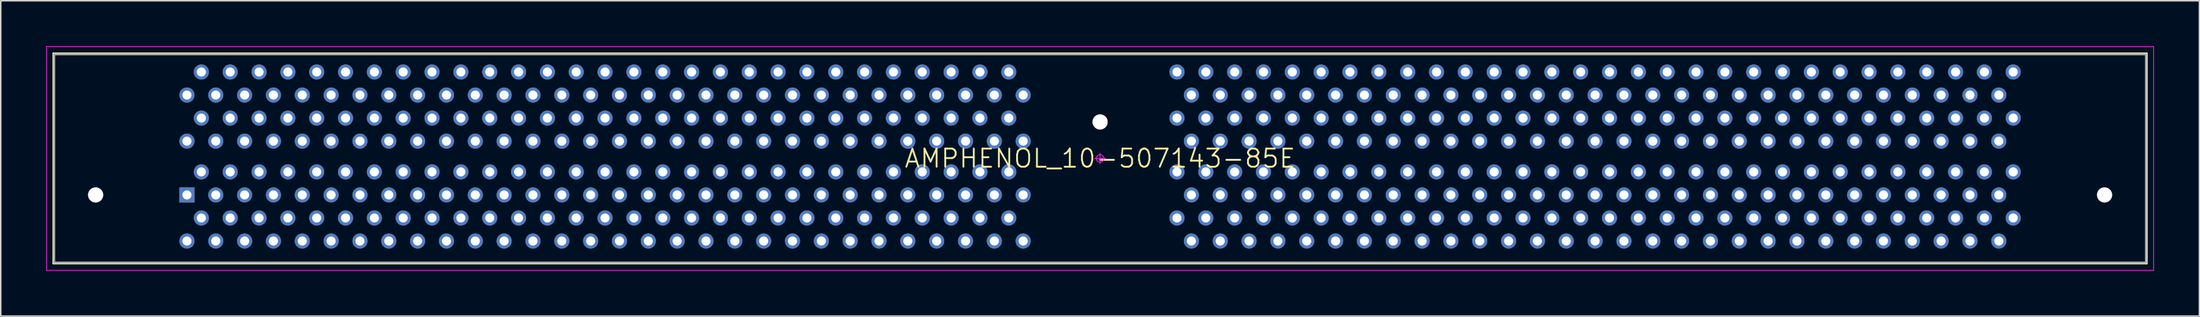
<source format=kicad_pcb>
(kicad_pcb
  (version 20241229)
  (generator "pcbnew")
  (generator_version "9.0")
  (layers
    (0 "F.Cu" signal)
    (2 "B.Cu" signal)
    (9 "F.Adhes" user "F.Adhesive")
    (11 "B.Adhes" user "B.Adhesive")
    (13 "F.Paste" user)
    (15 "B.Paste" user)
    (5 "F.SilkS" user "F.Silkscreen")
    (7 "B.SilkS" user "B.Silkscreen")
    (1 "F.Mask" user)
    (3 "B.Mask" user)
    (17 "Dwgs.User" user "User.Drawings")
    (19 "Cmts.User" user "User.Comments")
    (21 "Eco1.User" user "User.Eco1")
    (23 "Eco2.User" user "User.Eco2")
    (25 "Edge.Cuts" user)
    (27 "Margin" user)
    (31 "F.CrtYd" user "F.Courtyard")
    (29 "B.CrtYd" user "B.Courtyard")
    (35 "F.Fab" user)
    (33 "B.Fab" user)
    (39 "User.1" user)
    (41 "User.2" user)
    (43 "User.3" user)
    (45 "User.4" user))
  (footprint "AMPHENOL_10-507143-85E"
    (layer "F.Cu")
    (at 69.625 7.425)
    (property "Reference" "AMPHENOL_10-507143-85E" (at 0 0 0) (layer "F.SilkS") (effects (font (size 1.2 1.2) (thickness 0.12))))
    (attr through_hole)
    (fp_line (start -69.148 -6.944) (end 69.148 -6.944) (stroke (width 0.12) (type solid)) (layer "F.SilkS"))
    (fp_line (start -69.148 6.944) (end -69.148 -6.944) (stroke (width 0.12) (type solid)) (layer "F.SilkS"))
    (fp_line (start 69.148 -6.944) (end 69.148 6.944) (stroke (width 0.12) (type solid)) (layer "F.SilkS"))
    (fp_line (start 69.148 6.944) (end -69.148 6.944) (stroke (width 0.12) (type solid)) (layer "F.SilkS"))
    (fp_line (start -69.6 -7.4) (end 69.6 -7.4) (stroke (width 0.05) (type solid)) (layer "F.CrtYd"))
    (fp_line (start -69.6 7.4) (end -69.6 -7.4) (stroke (width 0.05) (type solid)) (layer "F.CrtYd"))
    (fp_line (start 0 -0.35) (end 0 0.35) (stroke (width 0.05) (type solid)) (layer "F.CrtYd"))
    (fp_line (start 0.35 0) (end -0.35 0) (stroke (width 0.05) (type solid)) (layer "F.CrtYd"))
    (fp_line (start 69.6 -7.4) (end 69.6 7.4) (stroke (width 0.05) (type solid)) (layer "F.CrtYd"))
    (fp_line (start 69.6 7.4) (end -69.6 7.4) (stroke (width 0.05) (type solid)) (layer "F.CrtYd"))
    (fp_circle (center 0 0) (end 0 0.25) (stroke (width 0.05) (type solid)) (fill no) (layer "F.CrtYd"))
    (fp_line (start -69.09 -6.88) (end 69.09 -6.88) (stroke (width 0.12) (type solid)) (layer "F.Fab"))
    (fp_line (start -69.09 6.88) (end -69.09 -6.88) (stroke (width 0.12) (type solid)) (layer "F.Fab"))
    (fp_line (start 69.09 -6.88) (end 69.09 6.88) (stroke (width 0.12) (type solid)) (layer "F.Fab"))
    (fp_line (start 69.09 6.88) (end -69.09 6.88) (stroke (width 0.12) (type solid)) (layer "F.Fab"))
    (pad "1" thru_hole rect (at -60.325 2.413) (size 1 1) (drill 0.6) (layers "*.Cu" "*.Mask"))
    (pad "2" thru_hole circle (at -60.325 5.461) (size 1 1) (drill 0.6) (layers "*.Cu" "*.Mask"))
    (pad "3" thru_hole circle (at -59.373 0.889) (size 1 1) (drill 0.6) (layers "*.Cu" "*.Mask"))
    (pad "4" thru_hole circle (at -59.373 3.937) (size 1 1) (drill 0.6) (layers "*.Cu" "*.Mask"))
    (pad "5" thru_hole circle (at -58.42 2.413) (size 1 1) (drill 0.6) (layers "*.Cu" "*.Mask"))
    (pad "6" thru_hole circle (at -58.42 5.461) (size 1 1) (drill 0.6) (layers "*.Cu" "*.Mask"))
    (pad "7" thru_hole circle (at -57.468 0.889) (size 1 1) (drill 0.6) (layers "*.Cu" "*.Mask"))
    (pad "8" thru_hole circle (at -57.468 3.937) (size 1 1) (drill 0.6) (layers "*.Cu" "*.Mask"))
    (pad "9" thru_hole circle (at -56.515 2.413) (size 1 1) (drill 0.6) (layers "*.Cu" "*.Mask"))
    (pad "10" thru_hole circle (at -56.515 5.461) (size 1 1) (drill 0.6) (layers "*.Cu" "*.Mask"))
    (pad "11" thru_hole circle (at -55.562 0.889) (size 1 1) (drill 0.6) (layers "*.Cu" "*.Mask"))
    (pad "12" thru_hole circle (at -55.562 3.937) (size 1 1) (drill 0.6) (layers "*.Cu" "*.Mask"))
    (pad "13" thru_hole circle (at -54.61 2.413) (size 1 1) (drill 0.6) (layers "*.Cu" "*.Mask"))
    (pad "14" thru_hole circle (at -54.61 5.461) (size 1 1) (drill 0.6) (layers "*.Cu" "*.Mask"))
    (pad "15" thru_hole circle (at -53.657 0.889) (size 1 1) (drill 0.6) (layers "*.Cu" "*.Mask"))
    (pad "16" thru_hole circle (at -53.657 3.937) (size 1 1) (drill 0.6) (layers "*.Cu" "*.Mask"))
    (pad "17" thru_hole circle (at -52.705 2.413) (size 1 1) (drill 0.6) (layers "*.Cu" "*.Mask"))
    (pad "18" thru_hole circle (at -52.705 5.461) (size 1 1) (drill 0.6) (layers "*.Cu" "*.Mask"))
    (pad "19" thru_hole circle (at -51.752 0.889) (size 1 1) (drill 0.6) (layers "*.Cu" "*.Mask"))
    (pad "20" thru_hole circle (at -51.752 3.937) (size 1 1) (drill 0.6) (layers "*.Cu" "*.Mask"))
    (pad "21" thru_hole circle (at -50.8 2.413) (size 1 1) (drill 0.6) (layers "*.Cu" "*.Mask"))
    (pad "22" thru_hole circle (at -50.8 5.461) (size 1 1) (drill 0.6) (layers "*.Cu" "*.Mask"))
    (pad "23" thru_hole circle (at -49.847 0.889) (size 1 1) (drill 0.6) (layers "*.Cu" "*.Mask"))
    (pad "24" thru_hole circle (at -49.847 3.937) (size 1 1) (drill 0.6) (layers "*.Cu" "*.Mask"))
    (pad "25" thru_hole circle (at -48.895 2.413) (size 1 1) (drill 0.6) (layers "*.Cu" "*.Mask"))
    (pad "26" thru_hole circle (at -48.895 5.461) (size 1 1) (drill 0.6) (layers "*.Cu" "*.Mask"))
    (pad "27" thru_hole circle (at -47.943 0.889) (size 1 1) (drill 0.6) (layers "*.Cu" "*.Mask"))
    (pad "28" thru_hole circle (at -47.943 3.937) (size 1 1) (drill 0.6) (layers "*.Cu" "*.Mask"))
    (pad "29" thru_hole circle (at -46.99 2.413) (size 1 1) (drill 0.6) (layers "*.Cu" "*.Mask"))
    (pad "30" thru_hole circle (at -46.99 5.461) (size 1 1) (drill 0.6) (layers "*.Cu" "*.Mask"))
    (pad "31" thru_hole circle (at -46.038 0.889) (size 1 1) (drill 0.6) (layers "*.Cu" "*.Mask"))
    (pad "32" thru_hole circle (at -46.038 3.937) (size 1 1) (drill 0.6) (layers "*.Cu" "*.Mask"))
    (pad "33" thru_hole circle (at -45.085 2.413) (size 1 1) (drill 0.6) (layers "*.Cu" "*.Mask"))
    (pad "34" thru_hole circle (at -45.085 5.461) (size 1 1) (drill 0.6) (layers "*.Cu" "*.Mask"))
    (pad "35" thru_hole circle (at -44.133 0.889) (size 1 1) (drill 0.6) (layers "*.Cu" "*.Mask"))
    (pad "36" thru_hole circle (at -44.133 3.937) (size 1 1) (drill 0.6) (layers "*.Cu" "*.Mask"))
    (pad "37" thru_hole circle (at -43.18 2.413) (size 1 1) (drill 0.6) (layers "*.Cu" "*.Mask"))
    (pad "38" thru_hole circle (at -43.18 5.461) (size 1 1) (drill 0.6) (layers "*.Cu" "*.Mask"))
    (pad "39" thru_hole circle (at -42.227 0.889) (size 1 1) (drill 0.6) (layers "*.Cu" "*.Mask"))
    (pad "40" thru_hole circle (at -42.227 3.937) (size 1 1) (drill 0.6) (layers "*.Cu" "*.Mask"))
    (pad "41" thru_hole circle (at -41.275 2.413) (size 1 1) (drill 0.6) (layers "*.Cu" "*.Mask"))
    (pad "42" thru_hole circle (at -41.275 5.461) (size 1 1) (drill 0.6) (layers "*.Cu" "*.Mask"))
    (pad "43" thru_hole circle (at -40.322 0.889) (size 1 1) (drill 0.6) (layers "*.Cu" "*.Mask"))
    (pad "44" thru_hole circle (at -40.322 3.937) (size 1 1) (drill 0.6) (layers "*.Cu" "*.Mask"))
    (pad "45" thru_hole circle (at -39.37 2.413) (size 1 1) (drill 0.6) (layers "*.Cu" "*.Mask"))
    (pad "46" thru_hole circle (at -39.37 5.461) (size 1 1) (drill 0.6) (layers "*.Cu" "*.Mask"))
    (pad "47" thru_hole circle (at -38.417 0.889) (size 1 1) (drill 0.6) (layers "*.Cu" "*.Mask"))
    (pad "48" thru_hole circle (at -38.417 3.937) (size 1 1) (drill 0.6) (layers "*.Cu" "*.Mask"))
    (pad "49" thru_hole circle (at -37.465 2.413) (size 1 1) (drill 0.6) (layers "*.Cu" "*.Mask"))
    (pad "50" thru_hole circle (at -37.465 5.461) (size 1 1) (drill 0.6) (layers "*.Cu" "*.Mask"))
    (pad "51" thru_hole circle (at -36.513 0.889) (size 1 1) (drill 0.6) (layers "*.Cu" "*.Mask"))
    (pad "52" thru_hole circle (at -36.513 3.937) (size 1 1) (drill 0.6) (layers "*.Cu" "*.Mask"))
    (pad "53" thru_hole circle (at -35.56 2.413) (size 1 1) (drill 0.6) (layers "*.Cu" "*.Mask"))
    (pad "54" thru_hole circle (at -35.56 5.461) (size 1 1) (drill 0.6) (layers "*.Cu" "*.Mask"))
    (pad "55" thru_hole circle (at -34.608 0.889) (size 1 1) (drill 0.6) (layers "*.Cu" "*.Mask"))
    (pad "56" thru_hole circle (at -34.608 3.937) (size 1 1) (drill 0.6) (layers "*.Cu" "*.Mask"))
    (pad "57" thru_hole circle (at -33.655 2.413) (size 1 1) (drill 0.6) (layers "*.Cu" "*.Mask"))
    (pad "58" thru_hole circle (at -33.655 5.461) (size 1 1) (drill 0.6) (layers "*.Cu" "*.Mask"))
    (pad "59" thru_hole circle (at -32.703 0.889) (size 1 1) (drill 0.6) (layers "*.Cu" "*.Mask"))
    (pad "60" thru_hole circle (at -32.703 3.937) (size 1 1) (drill 0.6) (layers "*.Cu" "*.Mask"))
    (pad "61" thru_hole circle (at -31.75 2.413) (size 1 1) (drill 0.6) (layers "*.Cu" "*.Mask"))
    (pad "62" thru_hole circle (at -31.75 5.461) (size 1 1) (drill 0.6) (layers "*.Cu" "*.Mask"))
    (pad "63" thru_hole circle (at -30.797 0.889) (size 1 1) (drill 0.6) (layers "*.Cu" "*.Mask"))
    (pad "64" thru_hole circle (at -30.797 3.937) (size 1 1) (drill 0.6) (layers "*.Cu" "*.Mask"))
    (pad "65" thru_hole circle (at -29.845 2.413) (size 1 1) (drill 0.6) (layers "*.Cu" "*.Mask"))
    (pad "66" thru_hole circle (at -29.845 5.461) (size 1 1) (drill 0.6) (layers "*.Cu" "*.Mask"))
    (pad "67" thru_hole circle (at -28.892 0.889) (size 1 1) (drill 0.6) (layers "*.Cu" "*.Mask"))
    (pad "68" thru_hole circle (at -28.892 3.937) (size 1 1) (drill 0.6) (layers "*.Cu" "*.Mask"))
    (pad "69" thru_hole circle (at -27.94 2.413) (size 1 1) (drill 0.6) (layers "*.Cu" "*.Mask"))
    (pad "70" thru_hole circle (at -27.94 5.461) (size 1 1) (drill 0.6) (layers "*.Cu" "*.Mask"))
    (pad "71" thru_hole circle (at -26.988 0.889) (size 1 1) (drill 0.6) (layers "*.Cu" "*.Mask"))
    (pad "72" thru_hole circle (at -26.988 3.937) (size 1 1) (drill 0.6) (layers "*.Cu" "*.Mask"))
    (pad "73" thru_hole circle (at -26.035 2.413) (size 1 1) (drill 0.6) (layers "*.Cu" "*.Mask"))
    (pad "74" thru_hole circle (at -26.035 5.461) (size 1 1) (drill 0.6) (layers "*.Cu" "*.Mask"))
    (pad "75" thru_hole circle (at -25.082 0.889) (size 1 1) (drill 0.6) (layers "*.Cu" "*.Mask"))
    (pad "76" thru_hole circle (at -25.082 3.937) (size 1 1) (drill 0.6) (layers "*.Cu" "*.Mask"))
    (pad "77" thru_hole circle (at -24.13 2.413) (size 1 1) (drill 0.6) (layers "*.Cu" "*.Mask"))
    (pad "78" thru_hole circle (at -24.13 5.461) (size 1 1) (drill 0.6) (layers "*.Cu" "*.Mask"))
    (pad "79" thru_hole circle (at -23.177 0.889) (size 1 1) (drill 0.6) (layers "*.Cu" "*.Mask"))
    (pad "80" thru_hole circle (at -23.177 3.937) (size 1 1) (drill 0.6) (layers "*.Cu" "*.Mask"))
    (pad "81" thru_hole circle (at -22.225 2.413) (size 1 1) (drill 0.6) (layers "*.Cu" "*.Mask"))
    (pad "82" thru_hole circle (at -22.225 5.461) (size 1 1) (drill 0.6) (layers "*.Cu" "*.Mask"))
    (pad "83" thru_hole circle (at -21.273 0.889) (size 1 1) (drill 0.6) (layers "*.Cu" "*.Mask"))
    (pad "84" thru_hole circle (at -21.273 3.937) (size 1 1) (drill 0.6) (layers "*.Cu" "*.Mask"))
    (pad "85" thru_hole circle (at -20.32 2.413) (size 1 1) (drill 0.6) (layers "*.Cu" "*.Mask"))
    (pad "86" thru_hole circle (at -20.32 5.461) (size 1 1) (drill 0.6) (layers "*.Cu" "*.Mask"))
    (pad "87" thru_hole circle (at -19.367 0.889) (size 1 1) (drill 0.6) (layers "*.Cu" "*.Mask"))
    (pad "88" thru_hole circle (at -19.367 3.937) (size 1 1) (drill 0.6) (layers "*.Cu" "*.Mask"))
    (pad "89" thru_hole circle (at -18.415 2.413) (size 1 1) (drill 0.6) (layers "*.Cu" "*.Mask"))
    (pad "90" thru_hole circle (at -18.415 5.461) (size 1 1) (drill 0.6) (layers "*.Cu" "*.Mask"))
    (pad "91" thru_hole circle (at -17.462 0.889) (size 1 1) (drill 0.6) (layers "*.Cu" "*.Mask"))
    (pad "92" thru_hole circle (at -17.462 3.937) (size 1 1) (drill 0.6) (layers "*.Cu" "*.Mask"))
    (pad "93" thru_hole circle (at -16.51 2.413) (size 1 1) (drill 0.6) (layers "*.Cu" "*.Mask"))
    (pad "94" thru_hole circle (at -16.51 5.461) (size 1 1) (drill 0.6) (layers "*.Cu" "*.Mask"))
    (pad "95" thru_hole circle (at -15.557 0.889) (size 1 1) (drill 0.6) (layers "*.Cu" "*.Mask"))
    (pad "96" thru_hole circle (at -15.557 3.937) (size 1 1) (drill 0.6) (layers "*.Cu" "*.Mask"))
    (pad "97" thru_hole circle (at -14.605 2.413) (size 1 1) (drill 0.6) (layers "*.Cu" "*.Mask"))
    (pad "98" thru_hole circle (at -14.605 5.461) (size 1 1) (drill 0.6) (layers "*.Cu" "*.Mask"))
    (pad "99" thru_hole circle (at -13.652 0.889) (size 1 1) (drill 0.6) (layers "*.Cu" "*.Mask"))
    (pad "100" thru_hole circle (at -13.652 3.937) (size 1 1) (drill 0.6) (layers "*.Cu" "*.Mask"))
    (pad "101" thru_hole circle (at -12.7 2.413) (size 1 1) (drill 0.6) (layers "*.Cu" "*.Mask"))
    (pad "102" thru_hole circle (at -12.7 5.461) (size 1 1) (drill 0.6) (layers "*.Cu" "*.Mask"))
    (pad "103" thru_hole circle (at -11.748 0.889) (size 1 1) (drill 0.6) (layers "*.Cu" "*.Mask"))
    (pad "104" thru_hole circle (at -11.748 3.937) (size 1 1) (drill 0.6) (layers "*.Cu" "*.Mask"))
    (pad "105" thru_hole circle (at -10.795 2.413) (size 1 1) (drill 0.6) (layers "*.Cu" "*.Mask"))
    (pad "106" thru_hole circle (at -10.795 5.461) (size 1 1) (drill 0.6) (layers "*.Cu" "*.Mask"))
    (pad "107" thru_hole circle (at -9.842 0.889) (size 1 1) (drill 0.6) (layers "*.Cu" "*.Mask"))
    (pad "108" thru_hole circle (at -9.842 3.937) (size 1 1) (drill 0.6) (layers "*.Cu" "*.Mask"))
    (pad "109" thru_hole circle (at -8.89 2.413) (size 1 1) (drill 0.6) (layers "*.Cu" "*.Mask"))
    (pad "110" thru_hole circle (at -8.89 5.461) (size 1 1) (drill 0.6) (layers "*.Cu" "*.Mask"))
    (pad "111" thru_hole circle (at -7.938 0.889) (size 1 1) (drill 0.6) (layers "*.Cu" "*.Mask"))
    (pad "112" thru_hole circle (at -7.938 3.937) (size 1 1) (drill 0.6) (layers "*.Cu" "*.Mask"))
    (pad "113" thru_hole circle (at -6.985 2.413) (size 1 1) (drill 0.6) (layers "*.Cu" "*.Mask"))
    (pad "114" thru_hole circle (at -6.985 5.461) (size 1 1) (drill 0.6) (layers "*.Cu" "*.Mask"))
    (pad "115" thru_hole circle (at -6.032 0.889) (size 1 1) (drill 0.6) (layers "*.Cu" "*.Mask"))
    (pad "116" thru_hole circle (at -6.032 3.937) (size 1 1) (drill 0.6) (layers "*.Cu" "*.Mask"))
    (pad "117" thru_hole circle (at -5.08 2.413) (size 1 1) (drill 0.6) (layers "*.Cu" "*.Mask"))
    (pad "118" thru_hole circle (at -5.08 5.461) (size 1 1) (drill 0.6) (layers "*.Cu" "*.Mask"))
    (pad "119" thru_hole circle (at 5.08 0.889) (size 1 1) (drill 0.6) (layers "*.Cu" "*.Mask"))
    (pad "120" thru_hole circle (at 5.08 3.937) (size 1 1) (drill 0.6) (layers "*.Cu" "*.Mask"))
    (pad "121" thru_hole circle (at 6.032 2.413) (size 1 1) (drill 0.6) (layers "*.Cu" "*.Mask"))
    (pad "122" thru_hole circle (at 6.032 5.461) (size 1 1) (drill 0.6) (layers "*.Cu" "*.Mask"))
    (pad "123" thru_hole circle (at 6.985 0.889) (size 1 1) (drill 0.6) (layers "*.Cu" "*.Mask"))
    (pad "124" thru_hole circle (at 6.985 3.937) (size 1 1) (drill 0.6) (layers "*.Cu" "*.Mask"))
    (pad "125" thru_hole circle (at 7.938 2.413) (size 1 1) (drill 0.6) (layers "*.Cu" "*.Mask"))
    (pad "126" thru_hole circle (at 7.938 5.461) (size 1 1) (drill 0.6) (layers "*.Cu" "*.Mask"))
    (pad "127" thru_hole circle (at 8.89 0.889) (size 1 1) (drill 0.6) (layers "*.Cu" "*.Mask"))
    (pad "128" thru_hole circle (at 8.89 3.937) (size 1 1) (drill 0.6) (layers "*.Cu" "*.Mask"))
    (pad "129" thru_hole circle (at 9.842 2.413) (size 1 1) (drill 0.6) (layers "*.Cu" "*.Mask"))
    (pad "130" thru_hole circle (at 9.842 5.461) (size 1 1) (drill 0.6) (layers "*.Cu" "*.Mask"))
    (pad "131" thru_hole circle (at 10.795 0.889) (size 1 1) (drill 0.6) (layers "*.Cu" "*.Mask"))
    (pad "132" thru_hole circle (at 10.795 3.937) (size 1 1) (drill 0.6) (layers "*.Cu" "*.Mask"))
    (pad "133" thru_hole circle (at 11.748 2.413) (size 1 1) (drill 0.6) (layers "*.Cu" "*.Mask"))
    (pad "134" thru_hole circle (at 11.748 5.461) (size 1 1) (drill 0.6) (layers "*.Cu" "*.Mask"))
    (pad "135" thru_hole circle (at 12.7 0.889) (size 1 1) (drill 0.6) (layers "*.Cu" "*.Mask"))
    (pad "136" thru_hole circle (at 12.7 3.937) (size 1 1) (drill 0.6) (layers "*.Cu" "*.Mask"))
    (pad "137" thru_hole circle (at 13.652 2.413) (size 1 1) (drill 0.6) (layers "*.Cu" "*.Mask"))
    (pad "138" thru_hole circle (at 13.652 5.461) (size 1 1) (drill 0.6) (layers "*.Cu" "*.Mask"))
    (pad "139" thru_hole circle (at 14.605 0.889) (size 1 1) (drill 0.6) (layers "*.Cu" "*.Mask"))
    (pad "140" thru_hole circle (at 14.605 3.937) (size 1 1) (drill 0.6) (layers "*.Cu" "*.Mask"))
    (pad "141" thru_hole circle (at 15.557 2.413) (size 1 1) (drill 0.6) (layers "*.Cu" "*.Mask"))
    (pad "142" thru_hole circle (at 15.557 5.461) (size 1 1) (drill 0.6) (layers "*.Cu" "*.Mask"))
    (pad "143" thru_hole circle (at 16.51 0.889) (size 1 1) (drill 0.6) (layers "*.Cu" "*.Mask"))
    (pad "144" thru_hole circle (at 16.51 3.937) (size 1 1) (drill 0.6) (layers "*.Cu" "*.Mask"))
    (pad "145" thru_hole circle (at 17.462 2.413) (size 1 1) (drill 0.6) (layers "*.Cu" "*.Mask"))
    (pad "146" thru_hole circle (at 17.462 5.461) (size 1 1) (drill 0.6) (layers "*.Cu" "*.Mask"))
    (pad "147" thru_hole circle (at 18.415 0.889) (size 1 1) (drill 0.6) (layers "*.Cu" "*.Mask"))
    (pad "148" thru_hole circle (at 18.415 3.937) (size 1 1) (drill 0.6) (layers "*.Cu" "*.Mask"))
    (pad "149" thru_hole circle (at 19.367 2.413) (size 1 1) (drill 0.6) (layers "*.Cu" "*.Mask"))
    (pad "150" thru_hole circle (at 19.367 5.461) (size 1 1) (drill 0.6) (layers "*.Cu" "*.Mask"))
    (pad "151" thru_hole circle (at 20.32 0.889) (size 1 1) (drill 0.6) (layers "*.Cu" "*.Mask"))
    (pad "152" thru_hole circle (at 20.32 3.937) (size 1 1) (drill 0.6) (layers "*.Cu" "*.Mask"))
    (pad "153" thru_hole circle (at 21.273 2.413) (size 1 1) (drill 0.6) (layers "*.Cu" "*.Mask"))
    (pad "154" thru_hole circle (at 21.273 5.461) (size 1 1) (drill 0.6) (layers "*.Cu" "*.Mask"))
    (pad "155" thru_hole circle (at 22.225 0.889) (size 1 1) (drill 0.6) (layers "*.Cu" "*.Mask"))
    (pad "156" thru_hole circle (at 22.225 3.937) (size 1 1) (drill 0.6) (layers "*.Cu" "*.Mask"))
    (pad "157" thru_hole circle (at 23.177 2.413) (size 1 1) (drill 0.6) (layers "*.Cu" "*.Mask"))
    (pad "158" thru_hole circle (at 23.177 5.461) (size 1 1) (drill 0.6) (layers "*.Cu" "*.Mask"))
    (pad "159" thru_hole circle (at 24.13 0.889) (size 1 1) (drill 0.6) (layers "*.Cu" "*.Mask"))
    (pad "160" thru_hole circle (at 24.13 3.937) (size 1 1) (drill 0.6) (layers "*.Cu" "*.Mask"))
    (pad "161" thru_hole circle (at 25.082 2.413) (size 1 1) (drill 0.6) (layers "*.Cu" "*.Mask"))
    (pad "162" thru_hole circle (at 25.082 5.461) (size 1 1) (drill 0.6) (layers "*.Cu" "*.Mask"))
    (pad "163" thru_hole circle (at 26.035 0.889) (size 1 1) (drill 0.6) (layers "*.Cu" "*.Mask"))
    (pad "164" thru_hole circle (at 26.035 3.937) (size 1 1) (drill 0.6) (layers "*.Cu" "*.Mask"))
    (pad "165" thru_hole circle (at 26.988 2.413) (size 1 1) (drill 0.6) (layers "*.Cu" "*.Mask"))
    (pad "166" thru_hole circle (at 26.988 5.461) (size 1 1) (drill 0.6) (layers "*.Cu" "*.Mask"))
    (pad "167" thru_hole circle (at 27.94 0.889) (size 1 1) (drill 0.6) (layers "*.Cu" "*.Mask"))
    (pad "168" thru_hole circle (at 27.94 3.937) (size 1 1) (drill 0.6) (layers "*.Cu" "*.Mask"))
    (pad "169" thru_hole circle (at 28.892 2.413) (size 1 1) (drill 0.6) (layers "*.Cu" "*.Mask"))
    (pad "170" thru_hole circle (at 28.892 5.461) (size 1 1) (drill 0.6) (layers "*.Cu" "*.Mask"))
    (pad "171" thru_hole circle (at 29.845 0.889) (size 1 1) (drill 0.6) (layers "*.Cu" "*.Mask"))
    (pad "172" thru_hole circle (at 29.845 3.937) (size 1 1) (drill 0.6) (layers "*.Cu" "*.Mask"))
    (pad "173" thru_hole circle (at 30.797 2.413) (size 1 1) (drill 0.6) (layers "*.Cu" "*.Mask"))
    (pad "174" thru_hole circle (at 30.797 5.461) (size 1 1) (drill 0.6) (layers "*.Cu" "*.Mask"))
    (pad "175" thru_hole circle (at 31.75 0.889) (size 1 1) (drill 0.6) (layers "*.Cu" "*.Mask"))
    (pad "176" thru_hole circle (at 31.75 3.937) (size 1 1) (drill 0.6) (layers "*.Cu" "*.Mask"))
    (pad "177" thru_hole circle (at 32.703 2.413) (size 1 1) (drill 0.6) (layers "*.Cu" "*.Mask"))
    (pad "178" thru_hole circle (at 32.703 5.461) (size 1 1) (drill 0.6) (layers "*.Cu" "*.Mask"))
    (pad "179" thru_hole circle (at 33.655 0.889) (size 1 1) (drill 0.6) (layers "*.Cu" "*.Mask"))
    (pad "180" thru_hole circle (at 33.655 3.937) (size 1 1) (drill 0.6) (layers "*.Cu" "*.Mask"))
    (pad "181" thru_hole circle (at 34.608 2.413) (size 1 1) (drill 0.6) (layers "*.Cu" "*.Mask"))
    (pad "182" thru_hole circle (at 34.608 5.461) (size 1 1) (drill 0.6) (layers "*.Cu" "*.Mask"))
    (pad "183" thru_hole circle (at 35.56 0.889) (size 1 1) (drill 0.6) (layers "*.Cu" "*.Mask"))
    (pad "184" thru_hole circle (at 35.56 3.937) (size 1 1) (drill 0.6) (layers "*.Cu" "*.Mask"))
    (pad "185" thru_hole circle (at 36.513 2.413) (size 1 1) (drill 0.6) (layers "*.Cu" "*.Mask"))
    (pad "186" thru_hole circle (at 36.513 5.461) (size 1 1) (drill 0.6) (layers "*.Cu" "*.Mask"))
    (pad "187" thru_hole circle (at 37.465 0.889) (size 1 1) (drill 0.6) (layers "*.Cu" "*.Mask"))
    (pad "188" thru_hole circle (at 37.465 3.937) (size 1 1) (drill 0.6) (layers "*.Cu" "*.Mask"))
    (pad "189" thru_hole circle (at 38.417 2.413) (size 1 1) (drill 0.6) (layers "*.Cu" "*.Mask"))
    (pad "190" thru_hole circle (at 38.417 5.461) (size 1 1) (drill 0.6) (layers "*.Cu" "*.Mask"))
    (pad "191" thru_hole circle (at 39.37 0.889) (size 1 1) (drill 0.6) (layers "*.Cu" "*.Mask"))
    (pad "192" thru_hole circle (at 39.37 3.937) (size 1 1) (drill 0.6) (layers "*.Cu" "*.Mask"))
    (pad "193" thru_hole circle (at 40.322 2.413) (size 1 1) (drill 0.6) (layers "*.Cu" "*.Mask"))
    (pad "194" thru_hole circle (at 40.322 5.461) (size 1 1) (drill 0.6) (layers "*.Cu" "*.Mask"))
    (pad "195" thru_hole circle (at 41.275 0.889) (size 1 1) (drill 0.6) (layers "*.Cu" "*.Mask"))
    (pad "196" thru_hole circle (at 41.275 3.937) (size 1 1) (drill 0.6) (layers "*.Cu" "*.Mask"))
    (pad "197" thru_hole circle (at 42.227 2.413) (size 1 1) (drill 0.6) (layers "*.Cu" "*.Mask"))
    (pad "198" thru_hole circle (at 42.227 5.461) (size 1 1) (drill 0.6) (layers "*.Cu" "*.Mask"))
    (pad "199" thru_hole circle (at 43.18 0.889) (size 1 1) (drill 0.6) (layers "*.Cu" "*.Mask"))
    (pad "200" thru_hole circle (at 43.18 3.937) (size 1 1) (drill 0.6) (layers "*.Cu" "*.Mask"))
    (pad "201" thru_hole circle (at 44.133 2.413) (size 1 1) (drill 0.6) (layers "*.Cu" "*.Mask"))
    (pad "202" thru_hole circle (at 44.133 5.461) (size 1 1) (drill 0.6) (layers "*.Cu" "*.Mask"))
    (pad "203" thru_hole circle (at 45.085 0.889) (size 1 1) (drill 0.6) (layers "*.Cu" "*.Mask"))
    (pad "204" thru_hole circle (at 45.085 3.937) (size 1 1) (drill 0.6) (layers "*.Cu" "*.Mask"))
    (pad "205" thru_hole circle (at 46.038 2.413) (size 1 1) (drill 0.6) (layers "*.Cu" "*.Mask"))
    (pad "206" thru_hole circle (at 46.038 5.461) (size 1 1) (drill 0.6) (layers "*.Cu" "*.Mask"))
    (pad "207" thru_hole circle (at 46.99 0.889) (size 1 1) (drill 0.6) (layers "*.Cu" "*.Mask"))
    (pad "208" thru_hole circle (at 46.99 3.937) (size 1 1) (drill 0.6) (layers "*.Cu" "*.Mask"))
    (pad "209" thru_hole circle (at 47.943 2.413) (size 1 1) (drill 0.6) (layers "*.Cu" "*.Mask"))
    (pad "210" thru_hole circle (at 47.943 5.461) (size 1 1) (drill 0.6) (layers "*.Cu" "*.Mask"))
    (pad "211" thru_hole circle (at 48.895 0.889) (size 1 1) (drill 0.6) (layers "*.Cu" "*.Mask"))
    (pad "212" thru_hole circle (at 48.895 3.937) (size 1 1) (drill 0.6) (layers "*.Cu" "*.Mask"))
    (pad "213" thru_hole circle (at 49.847 2.413) (size 1 1) (drill 0.6) (layers "*.Cu" "*.Mask"))
    (pad "214" thru_hole circle (at 49.847 5.461) (size 1 1) (drill 0.6) (layers "*.Cu" "*.Mask"))
    (pad "215" thru_hole circle (at 50.8 0.889) (size 1 1) (drill 0.6) (layers "*.Cu" "*.Mask"))
    (pad "216" thru_hole circle (at 50.8 3.937) (size 1 1) (drill 0.6) (layers "*.Cu" "*.Mask"))
    (pad "217" thru_hole circle (at 51.752 2.413) (size 1 1) (drill 0.6) (layers "*.Cu" "*.Mask"))
    (pad "218" thru_hole circle (at 51.752 5.461) (size 1 1) (drill 0.6) (layers "*.Cu" "*.Mask"))
    (pad "219" thru_hole circle (at 52.705 0.889) (size 1 1) (drill 0.6) (layers "*.Cu" "*.Mask"))
    (pad "220" thru_hole circle (at 52.705 3.937) (size 1 1) (drill 0.6) (layers "*.Cu" "*.Mask"))
    (pad "221" thru_hole circle (at 53.657 2.413) (size 1 1) (drill 0.6) (layers "*.Cu" "*.Mask"))
    (pad "222" thru_hole circle (at 53.657 5.461) (size 1 1) (drill 0.6) (layers "*.Cu" "*.Mask"))
    (pad "223" thru_hole circle (at 54.61 0.889) (size 1 1) (drill 0.6) (layers "*.Cu" "*.Mask"))
    (pad "224" thru_hole circle (at 54.61 3.937) (size 1 1) (drill 0.6) (layers "*.Cu" "*.Mask"))
    (pad "225" thru_hole circle (at 55.562 2.413) (size 1 1) (drill 0.6) (layers "*.Cu" "*.Mask"))
    (pad "226" thru_hole circle (at 55.562 5.461) (size 1 1) (drill 0.6) (layers "*.Cu" "*.Mask"))
    (pad "227" thru_hole circle (at 56.515 0.889) (size 1 1) (drill 0.6) (layers "*.Cu" "*.Mask"))
    (pad "228" thru_hole circle (at 56.515 3.937) (size 1 1) (drill 0.6) (layers "*.Cu" "*.Mask"))
    (pad "229" thru_hole circle (at 57.468 2.413) (size 1 1) (drill 0.6) (layers "*.Cu" "*.Mask"))
    (pad "230" thru_hole circle (at 57.468 5.461) (size 1 1) (drill 0.6) (layers "*.Cu" "*.Mask"))
    (pad "231" thru_hole circle (at 58.42 0.889) (size 1 1) (drill 0.6) (layers "*.Cu" "*.Mask"))
    (pad "232" thru_hole circle (at 58.42 3.937) (size 1 1) (drill 0.6) (layers "*.Cu" "*.Mask"))
    (pad "233" thru_hole circle (at 59.373 2.413) (size 1 1) (drill 0.6) (layers "*.Cu" "*.Mask"))
    (pad "234" thru_hole circle (at 59.373 5.461) (size 1 1) (drill 0.6) (layers "*.Cu" "*.Mask"))
    (pad "235" thru_hole circle (at 60.325 0.889) (size 1 1) (drill 0.6) (layers "*.Cu" "*.Mask"))
    (pad "236" thru_hole circle (at 60.325 3.937) (size 1 1) (drill 0.6) (layers "*.Cu" "*.Mask"))
    (pad "237" thru_hole circle (at 60.325 -2.667) (size 1 1) (drill 0.6) (layers "*.Cu" "*.Mask"))
    (pad "238" thru_hole circle (at 60.325 -5.715) (size 1 1) (drill 0.6) (layers "*.Cu" "*.Mask"))
    (pad "239" thru_hole circle (at 59.373 -1.143) (size 1 1) (drill 0.6) (layers "*.Cu" "*.Mask"))
    (pad "240" thru_hole circle (at 59.373 -4.191) (size 1 1) (drill 0.6) (layers "*.Cu" "*.Mask"))
    (pad "241" thru_hole circle (at 58.42 -2.667) (size 1 1) (drill 0.6) (layers "*.Cu" "*.Mask"))
    (pad "242" thru_hole circle (at 58.42 -5.715) (size 1 1) (drill 0.6) (layers "*.Cu" "*.Mask"))
    (pad "243" thru_hole circle (at 57.468 -1.143) (size 1 1) (drill 0.6) (layers "*.Cu" "*.Mask"))
    (pad "244" thru_hole circle (at 57.468 -4.191) (size 1 1) (drill 0.6) (layers "*.Cu" "*.Mask"))
    (pad "245" thru_hole circle (at 56.515 -2.667) (size 1 1) (drill 0.6) (layers "*.Cu" "*.Mask"))
    (pad "246" thru_hole circle (at 56.515 -5.715) (size 1 1) (drill 0.6) (layers "*.Cu" "*.Mask"))
    (pad "247" thru_hole circle (at 55.562 -1.143) (size 1 1) (drill 0.6) (layers "*.Cu" "*.Mask"))
    (pad "248" thru_hole circle (at 55.562 -4.191) (size 1 1) (drill 0.6) (layers "*.Cu" "*.Mask"))
    (pad "249" thru_hole circle (at 54.61 -2.667) (size 1 1) (drill 0.6) (layers "*.Cu" "*.Mask"))
    (pad "250" thru_hole circle (at 54.61 -5.715) (size 1 1) (drill 0.6) (layers "*.Cu" "*.Mask"))
    (pad "251" thru_hole circle (at 53.657 -1.143) (size 1 1) (drill 0.6) (layers "*.Cu" "*.Mask"))
    (pad "252" thru_hole circle (at 53.657 -4.191) (size 1 1) (drill 0.6) (layers "*.Cu" "*.Mask"))
    (pad "253" thru_hole circle (at 52.705 -2.667) (size 1 1) (drill 0.6) (layers "*.Cu" "*.Mask"))
    (pad "254" thru_hole circle (at 52.705 -5.715) (size 1 1) (drill 0.6) (layers "*.Cu" "*.Mask"))
    (pad "255" thru_hole circle (at 51.752 -1.143) (size 1 1) (drill 0.6) (layers "*.Cu" "*.Mask"))
    (pad "256" thru_hole circle (at 51.752 -4.191) (size 1 1) (drill 0.6) (layers "*.Cu" "*.Mask"))
    (pad "257" thru_hole circle (at 50.8 -2.667) (size 1 1) (drill 0.6) (layers "*.Cu" "*.Mask"))
    (pad "258" thru_hole circle (at 50.8 -5.715) (size 1 1) (drill 0.6) (layers "*.Cu" "*.Mask"))
    (pad "259" thru_hole circle (at 49.847 -1.143) (size 1 1) (drill 0.6) (layers "*.Cu" "*.Mask"))
    (pad "260" thru_hole circle (at 49.847 -4.191) (size 1 1) (drill 0.6) (layers "*.Cu" "*.Mask"))
    (pad "261" thru_hole circle (at 48.895 -2.667) (size 1 1) (drill 0.6) (layers "*.Cu" "*.Mask"))
    (pad "262" thru_hole circle (at 48.895 -5.715) (size 1 1) (drill 0.6) (layers "*.Cu" "*.Mask"))
    (pad "263" thru_hole circle (at 47.943 -1.143) (size 1 1) (drill 0.6) (layers "*.Cu" "*.Mask"))
    (pad "264" thru_hole circle (at 47.943 -4.191) (size 1 1) (drill 0.6) (layers "*.Cu" "*.Mask"))
    (pad "265" thru_hole circle (at 46.99 -2.667) (size 1 1) (drill 0.6) (layers "*.Cu" "*.Mask"))
    (pad "266" thru_hole circle (at 46.99 -5.715) (size 1 1) (drill 0.6) (layers "*.Cu" "*.Mask"))
    (pad "267" thru_hole circle (at 46.038 -1.143) (size 1 1) (drill 0.6) (layers "*.Cu" "*.Mask"))
    (pad "268" thru_hole circle (at 46.038 -4.191) (size 1 1) (drill 0.6) (layers "*.Cu" "*.Mask"))
    (pad "269" thru_hole circle (at 45.085 -2.667) (size 1 1) (drill 0.6) (layers "*.Cu" "*.Mask"))
    (pad "270" thru_hole circle (at 45.085 -5.715) (size 1 1) (drill 0.6) (layers "*.Cu" "*.Mask"))
    (pad "271" thru_hole circle (at 44.133 -1.143) (size 1 1) (drill 0.6) (layers "*.Cu" "*.Mask"))
    (pad "272" thru_hole circle (at 44.133 -4.191) (size 1 1) (drill 0.6) (layers "*.Cu" "*.Mask"))
    (pad "273" thru_hole circle (at 43.18 -2.667) (size 1 1) (drill 0.6) (layers "*.Cu" "*.Mask"))
    (pad "274" thru_hole circle (at 43.18 -5.715) (size 1 1) (drill 0.6) (layers "*.Cu" "*.Mask"))
    (pad "275" thru_hole circle (at 42.227 -1.143) (size 1 1) (drill 0.6) (layers "*.Cu" "*.Mask"))
    (pad "276" thru_hole circle (at 42.227 -4.191) (size 1 1) (drill 0.6) (layers "*.Cu" "*.Mask"))
    (pad "277" thru_hole circle (at 41.275 -2.667) (size 1 1) (drill 0.6) (layers "*.Cu" "*.Mask"))
    (pad "278" thru_hole circle (at 41.275 -5.715) (size 1 1) (drill 0.6) (layers "*.Cu" "*.Mask"))
    (pad "279" thru_hole circle (at 40.322 -1.143) (size 1 1) (drill 0.6) (layers "*.Cu" "*.Mask"))
    (pad "280" thru_hole circle (at 40.322 -4.191) (size 1 1) (drill 0.6) (layers "*.Cu" "*.Mask"))
    (pad "281" thru_hole circle (at 39.37 -2.667) (size 1 1) (drill 0.6) (layers "*.Cu" "*.Mask"))
    (pad "282" thru_hole circle (at 39.37 -5.715) (size 1 1) (drill 0.6) (layers "*.Cu" "*.Mask"))
    (pad "283" thru_hole circle (at 38.417 -1.143) (size 1 1) (drill 0.6) (layers "*.Cu" "*.Mask"))
    (pad "284" thru_hole circle (at 38.417 -4.191) (size 1 1) (drill 0.6) (layers "*.Cu" "*.Mask"))
    (pad "285" thru_hole circle (at 37.465 -2.667) (size 1 1) (drill 0.6) (layers "*.Cu" "*.Mask"))
    (pad "286" thru_hole circle (at 37.465 -5.715) (size 1 1) (drill 0.6) (layers "*.Cu" "*.Mask"))
    (pad "287" thru_hole circle (at 36.513 -1.143) (size 1 1) (drill 0.6) (layers "*.Cu" "*.Mask"))
    (pad "288" thru_hole circle (at 36.513 -4.191) (size 1 1) (drill 0.6) (layers "*.Cu" "*.Mask"))
    (pad "289" thru_hole circle (at 35.56 -2.667) (size 1 1) (drill 0.6) (layers "*.Cu" "*.Mask"))
    (pad "290" thru_hole circle (at 35.56 -5.715) (size 1 1) (drill 0.6) (layers "*.Cu" "*.Mask"))
    (pad "291" thru_hole circle (at 34.608 -1.143) (size 1 1) (drill 0.6) (layers "*.Cu" "*.Mask"))
    (pad "292" thru_hole circle (at 34.608 -4.191) (size 1 1) (drill 0.6) (layers "*.Cu" "*.Mask"))
    (pad "293" thru_hole circle (at 33.655 -2.667) (size 1 1) (drill 0.6) (layers "*.Cu" "*.Mask"))
    (pad "294" thru_hole circle (at 33.655 -5.715) (size 1 1) (drill 0.6) (layers "*.Cu" "*.Mask"))
    (pad "295" thru_hole circle (at 32.703 -1.143) (size 1 1) (drill 0.6) (layers "*.Cu" "*.Mask"))
    (pad "296" thru_hole circle (at 32.703 -4.191) (size 1 1) (drill 0.6) (layers "*.Cu" "*.Mask"))
    (pad "297" thru_hole circle (at 31.75 -2.667) (size 1 1) (drill 0.6) (layers "*.Cu" "*.Mask"))
    (pad "298" thru_hole circle (at 31.75 -5.715) (size 1 1) (drill 0.6) (layers "*.Cu" "*.Mask"))
    (pad "299" thru_hole circle (at 30.797 -1.143) (size 1 1) (drill 0.6) (layers "*.Cu" "*.Mask"))
    (pad "300" thru_hole circle (at 30.797 -4.191) (size 1 1) (drill 0.6) (layers "*.Cu" "*.Mask"))
    (pad "301" thru_hole circle (at 29.845 -2.667) (size 1 1) (drill 0.6) (layers "*.Cu" "*.Mask"))
    (pad "302" thru_hole circle (at 29.845 -5.715) (size 1 1) (drill 0.6) (layers "*.Cu" "*.Mask"))
    (pad "303" thru_hole circle (at 28.892 -1.143) (size 1 1) (drill 0.6) (layers "*.Cu" "*.Mask"))
    (pad "304" thru_hole circle (at 28.892 -4.191) (size 1 1) (drill 0.6) (layers "*.Cu" "*.Mask"))
    (pad "305" thru_hole circle (at 27.94 -2.667) (size 1 1) (drill 0.6) (layers "*.Cu" "*.Mask"))
    (pad "306" thru_hole circle (at 27.94 -5.715) (size 1 1) (drill 0.6) (layers "*.Cu" "*.Mask"))
    (pad "307" thru_hole circle (at 26.988 -1.143) (size 1 1) (drill 0.6) (layers "*.Cu" "*.Mask"))
    (pad "308" thru_hole circle (at 26.988 -4.191) (size 1 1) (drill 0.6) (layers "*.Cu" "*.Mask"))
    (pad "309" thru_hole circle (at 26.035 -2.667) (size 1 1) (drill 0.6) (layers "*.Cu" "*.Mask"))
    (pad "310" thru_hole circle (at 26.035 -5.715) (size 1 1) (drill 0.6) (layers "*.Cu" "*.Mask"))
    (pad "311" thru_hole circle (at 25.082 -1.143) (size 1 1) (drill 0.6) (layers "*.Cu" "*.Mask"))
    (pad "312" thru_hole circle (at 25.082 -4.191) (size 1 1) (drill 0.6) (layers "*.Cu" "*.Mask"))
    (pad "313" thru_hole circle (at 24.13 -2.667) (size 1 1) (drill 0.6) (layers "*.Cu" "*.Mask"))
    (pad "314" thru_hole circle (at 24.13 -5.715) (size 1 1) (drill 0.6) (layers "*.Cu" "*.Mask"))
    (pad "315" thru_hole circle (at 23.177 -1.143) (size 1 1) (drill 0.6) (layers "*.Cu" "*.Mask"))
    (pad "316" thru_hole circle (at 23.177 -4.191) (size 1 1) (drill 0.6) (layers "*.Cu" "*.Mask"))
    (pad "317" thru_hole circle (at 22.225 -2.667) (size 1 1) (drill 0.6) (layers "*.Cu" "*.Mask"))
    (pad "318" thru_hole circle (at 22.225 -5.715) (size 1 1) (drill 0.6) (layers "*.Cu" "*.Mask"))
    (pad "319" thru_hole circle (at 21.273 -1.143) (size 1 1) (drill 0.6) (layers "*.Cu" "*.Mask"))
    (pad "320" thru_hole circle (at 21.273 -4.191) (size 1 1) (drill 0.6) (layers "*.Cu" "*.Mask"))
    (pad "321" thru_hole circle (at 20.32 -2.667) (size 1 1) (drill 0.6) (layers "*.Cu" "*.Mask"))
    (pad "322" thru_hole circle (at 20.32 -5.715) (size 1 1) (drill 0.6) (layers "*.Cu" "*.Mask"))
    (pad "323" thru_hole circle (at 19.367 -1.143) (size 1 1) (drill 0.6) (layers "*.Cu" "*.Mask"))
    (pad "324" thru_hole circle (at 19.367 -4.191) (size 1 1) (drill 0.6) (layers "*.Cu" "*.Mask"))
    (pad "325" thru_hole circle (at 18.415 -2.667) (size 1 1) (drill 0.6) (layers "*.Cu" "*.Mask"))
    (pad "326" thru_hole circle (at 18.415 -5.715) (size 1 1) (drill 0.6) (layers "*.Cu" "*.Mask"))
    (pad "327" thru_hole circle (at 17.462 -1.143) (size 1 1) (drill 0.6) (layers "*.Cu" "*.Mask"))
    (pad "328" thru_hole circle (at 17.462 -4.191) (size 1 1) (drill 0.6) (layers "*.Cu" "*.Mask"))
    (pad "329" thru_hole circle (at 16.51 -2.667) (size 1 1) (drill 0.6) (layers "*.Cu" "*.Mask"))
    (pad "330" thru_hole circle (at 16.51 -5.715) (size 1 1) (drill 0.6) (layers "*.Cu" "*.Mask"))
    (pad "331" thru_hole circle (at 15.557 -1.143) (size 1 1) (drill 0.6) (layers "*.Cu" "*.Mask"))
    (pad "332" thru_hole circle (at 15.557 -4.191) (size 1 1) (drill 0.6) (layers "*.Cu" "*.Mask"))
    (pad "333" thru_hole circle (at 14.605 -2.667) (size 1 1) (drill 0.6) (layers "*.Cu" "*.Mask"))
    (pad "334" thru_hole circle (at 14.605 -5.715) (size 1 1) (drill 0.6) (layers "*.Cu" "*.Mask"))
    (pad "335" thru_hole circle (at 13.652 -1.143) (size 1 1) (drill 0.6) (layers "*.Cu" "*.Mask"))
    (pad "336" thru_hole circle (at 13.652 -4.191) (size 1 1) (drill 0.6) (layers "*.Cu" "*.Mask"))
    (pad "337" thru_hole circle (at 12.7 -2.667) (size 1 1) (drill 0.6) (layers "*.Cu" "*.Mask"))
    (pad "338" thru_hole circle (at 12.7 -5.715) (size 1 1) (drill 0.6) (layers "*.Cu" "*.Mask"))
    (pad "339" thru_hole circle (at 11.748 -1.143) (size 1 1) (drill 0.6) (layers "*.Cu" "*.Mask"))
    (pad "340" thru_hole circle (at 11.748 -4.191) (size 1 1) (drill 0.6) (layers "*.Cu" "*.Mask"))
    (pad "341" thru_hole circle (at 10.795 -2.667) (size 1 1) (drill 0.6) (layers "*.Cu" "*.Mask"))
    (pad "342" thru_hole circle (at 10.795 -5.715) (size 1 1) (drill 0.6) (layers "*.Cu" "*.Mask"))
    (pad "343" thru_hole circle (at 9.842 -1.143) (size 1 1) (drill 0.6) (layers "*.Cu" "*.Mask"))
    (pad "344" thru_hole circle (at 9.842 -4.191) (size 1 1) (drill 0.6) (layers "*.Cu" "*.Mask"))
    (pad "345" thru_hole circle (at 8.89 -2.667) (size 1 1) (drill 0.6) (layers "*.Cu" "*.Mask"))
    (pad "346" thru_hole circle (at 8.89 -5.715) (size 1 1) (drill 0.6) (layers "*.Cu" "*.Mask"))
    (pad "347" thru_hole circle (at 7.938 -1.143) (size 1 1) (drill 0.6) (layers "*.Cu" "*.Mask"))
    (pad "348" thru_hole circle (at 7.938 -4.191) (size 1 1) (drill 0.6) (layers "*.Cu" "*.Mask"))
    (pad "349" thru_hole circle (at 6.985 -2.667) (size 1 1) (drill 0.6) (layers "*.Cu" "*.Mask"))
    (pad "350" thru_hole circle (at 6.985 -5.715) (size 1 1) (drill 0.6) (layers "*.Cu" "*.Mask"))
    (pad "351" thru_hole circle (at 6.032 -1.143) (size 1 1) (drill 0.6) (layers "*.Cu" "*.Mask"))
    (pad "352" thru_hole circle (at 6.032 -4.191) (size 1 1) (drill 0.6) (layers "*.Cu" "*.Mask"))
    (pad "353" thru_hole circle (at 5.08 -2.667) (size 1 1) (drill 0.6) (layers "*.Cu" "*.Mask"))
    (pad "354" thru_hole circle (at 5.08 -5.715) (size 1 1) (drill 0.6) (layers "*.Cu" "*.Mask"))
    (pad "355" thru_hole circle (at -5.08 -1.143) (size 1 1) (drill 0.6) (layers "*.Cu" "*.Mask"))
    (pad "356" thru_hole circle (at -5.08 -4.191) (size 1 1) (drill 0.6) (layers "*.Cu" "*.Mask"))
    (pad "357" thru_hole circle (at -6.032 -2.667) (size 1 1) (drill 0.6) (layers "*.Cu" "*.Mask"))
    (pad "358" thru_hole circle (at -6.032 -5.715) (size 1 1) (drill 0.6) (layers "*.Cu" "*.Mask"))
    (pad "359" thru_hole circle (at -6.985 -1.143) (size 1 1) (drill 0.6) (layers "*.Cu" "*.Mask"))
    (pad "360" thru_hole circle (at -6.985 -4.191) (size 1 1) (drill 0.6) (layers "*.Cu" "*.Mask"))
    (pad "361" thru_hole circle (at -7.938 -2.667) (size 1 1) (drill 0.6) (layers "*.Cu" "*.Mask"))
    (pad "362" thru_hole circle (at -7.938 -5.715) (size 1 1) (drill 0.6) (layers "*.Cu" "*.Mask"))
    (pad "363" thru_hole circle (at -8.89 -1.143) (size 1 1) (drill 0.6) (layers "*.Cu" "*.Mask"))
    (pad "364" thru_hole circle (at -8.89 -4.191) (size 1 1) (drill 0.6) (layers "*.Cu" "*.Mask"))
    (pad "365" thru_hole circle (at -9.842 -2.667) (size 1 1) (drill 0.6) (layers "*.Cu" "*.Mask"))
    (pad "366" thru_hole circle (at -9.842 -5.715) (size 1 1) (drill 0.6) (layers "*.Cu" "*.Mask"))
    (pad "367" thru_hole circle (at -10.795 -1.143) (size 1 1) (drill 0.6) (layers "*.Cu" "*.Mask"))
    (pad "368" thru_hole circle (at -10.795 -4.191) (size 1 1) (drill 0.6) (layers "*.Cu" "*.Mask"))
    (pad "369" thru_hole circle (at -11.748 -2.667) (size 1 1) (drill 0.6) (layers "*.Cu" "*.Mask"))
    (pad "370" thru_hole circle (at -11.748 -5.715) (size 1 1) (drill 0.6) (layers "*.Cu" "*.Mask"))
    (pad "371" thru_hole circle (at -12.7 -1.143) (size 1 1) (drill 0.6) (layers "*.Cu" "*.Mask"))
    (pad "372" thru_hole circle (at -12.7 -4.191) (size 1 1) (drill 0.6) (layers "*.Cu" "*.Mask"))
    (pad "373" thru_hole circle (at -13.652 -2.667) (size 1 1) (drill 0.6) (layers "*.Cu" "*.Mask"))
    (pad "374" thru_hole circle (at -13.652 -5.715) (size 1 1) (drill 0.6) (layers "*.Cu" "*.Mask"))
    (pad "375" thru_hole circle (at -14.605 -1.143) (size 1 1) (drill 0.6) (layers "*.Cu" "*.Mask"))
    (pad "376" thru_hole circle (at -14.605 -4.191) (size 1 1) (drill 0.6) (layers "*.Cu" "*.Mask"))
    (pad "377" thru_hole circle (at -15.557 -2.667) (size 1 1) (drill 0.6) (layers "*.Cu" "*.Mask"))
    (pad "378" thru_hole circle (at -15.557 -5.715) (size 1 1) (drill 0.6) (layers "*.Cu" "*.Mask"))
    (pad "379" thru_hole circle (at -16.51 -1.143) (size 1 1) (drill 0.6) (layers "*.Cu" "*.Mask"))
    (pad "380" thru_hole circle (at -16.51 -4.191) (size 1 1) (drill 0.6) (layers "*.Cu" "*.Mask"))
    (pad "381" thru_hole circle (at -17.462 -2.667) (size 1 1) (drill 0.6) (layers "*.Cu" "*.Mask"))
    (pad "382" thru_hole circle (at -17.462 -5.715) (size 1 1) (drill 0.6) (layers "*.Cu" "*.Mask"))
    (pad "383" thru_hole circle (at -18.415 -1.143) (size 1 1) (drill 0.6) (layers "*.Cu" "*.Mask"))
    (pad "384" thru_hole circle (at -18.415 -4.191) (size 1 1) (drill 0.6) (layers "*.Cu" "*.Mask"))
    (pad "385" thru_hole circle (at -19.367 -2.667) (size 1 1) (drill 0.6) (layers "*.Cu" "*.Mask"))
    (pad "386" thru_hole circle (at -19.367 -5.715) (size 1 1) (drill 0.6) (layers "*.Cu" "*.Mask"))
    (pad "387" thru_hole circle (at -20.32 -1.143) (size 1 1) (drill 0.6) (layers "*.Cu" "*.Mask"))
    (pad "388" thru_hole circle (at -20.32 -4.191) (size 1 1) (drill 0.6) (layers "*.Cu" "*.Mask"))
    (pad "389" thru_hole circle (at -21.273 -2.667) (size 1 1) (drill 0.6) (layers "*.Cu" "*.Mask"))
    (pad "390" thru_hole circle (at -21.273 -5.715) (size 1 1) (drill 0.6) (layers "*.Cu" "*.Mask"))
    (pad "391" thru_hole circle (at -22.225 -1.143) (size 1 1) (drill 0.6) (layers "*.Cu" "*.Mask"))
    (pad "392" thru_hole circle (at -22.225 -4.191) (size 1 1) (drill 0.6) (layers "*.Cu" "*.Mask"))
    (pad "393" thru_hole circle (at -23.177 -2.667) (size 1 1) (drill 0.6) (layers "*.Cu" "*.Mask"))
    (pad "394" thru_hole circle (at -23.177 -5.715) (size 1 1) (drill 0.6) (layers "*.Cu" "*.Mask"))
    (pad "395" thru_hole circle (at -24.13 -1.143) (size 1 1) (drill 0.6) (layers "*.Cu" "*.Mask"))
    (pad "396" thru_hole circle (at -24.13 -4.191) (size 1 1) (drill 0.6) (layers "*.Cu" "*.Mask"))
    (pad "397" thru_hole circle (at -25.082 -2.667) (size 1 1) (drill 0.6) (layers "*.Cu" "*.Mask"))
    (pad "398" thru_hole circle (at -25.082 -5.715) (size 1 1) (drill 0.6) (layers "*.Cu" "*.Mask"))
    (pad "399" thru_hole circle (at -26.035 -1.143) (size 1 1) (drill 0.6) (layers "*.Cu" "*.Mask"))
    (pad "400" thru_hole circle (at -26.035 -4.191) (size 1 1) (drill 0.6) (layers "*.Cu" "*.Mask"))
    (pad "401" thru_hole circle (at -26.988 -2.667) (size 1 1) (drill 0.6) (layers "*.Cu" "*.Mask"))
    (pad "402" thru_hole circle (at -26.988 -5.715) (size 1 1) (drill 0.6) (layers "*.Cu" "*.Mask"))
    (pad "403" thru_hole circle (at -27.94 -1.143) (size 1 1) (drill 0.6) (layers "*.Cu" "*.Mask"))
    (pad "404" thru_hole circle (at -27.94 -4.191) (size 1 1) (drill 0.6) (layers "*.Cu" "*.Mask"))
    (pad "405" thru_hole circle (at -28.892 -2.667) (size 1 1) (drill 0.6) (layers "*.Cu" "*.Mask"))
    (pad "406" thru_hole circle (at -28.892 -5.715) (size 1 1) (drill 0.6) (layers "*.Cu" "*.Mask"))
    (pad "407" thru_hole circle (at -29.845 -1.143) (size 1 1) (drill 0.6) (layers "*.Cu" "*.Mask"))
    (pad "408" thru_hole circle (at -29.845 -4.191) (size 1 1) (drill 0.6) (layers "*.Cu" "*.Mask"))
    (pad "409" thru_hole circle (at -30.797 -2.667) (size 1 1) (drill 0.6) (layers "*.Cu" "*.Mask"))
    (pad "410" thru_hole circle (at -30.797 -5.715) (size 1 1) (drill 0.6) (layers "*.Cu" "*.Mask"))
    (pad "411" thru_hole circle (at -31.75 -1.143) (size 1 1) (drill 0.6) (layers "*.Cu" "*.Mask"))
    (pad "412" thru_hole circle (at -31.75 -4.191) (size 1 1) (drill 0.6) (layers "*.Cu" "*.Mask"))
    (pad "413" thru_hole circle (at -32.703 -2.667) (size 1 1) (drill 0.6) (layers "*.Cu" "*.Mask"))
    (pad "414" thru_hole circle (at -32.703 -5.715) (size 1 1) (drill 0.6) (layers "*.Cu" "*.Mask"))
    (pad "415" thru_hole circle (at -33.655 -1.143) (size 1 1) (drill 0.6) (layers "*.Cu" "*.Mask"))
    (pad "416" thru_hole circle (at -33.655 -4.191) (size 1 1) (drill 0.6) (layers "*.Cu" "*.Mask"))
    (pad "417" thru_hole circle (at -34.608 -2.667) (size 1 1) (drill 0.6) (layers "*.Cu" "*.Mask"))
    (pad "418" thru_hole circle (at -34.608 -5.715) (size 1 1) (drill 0.6) (layers "*.Cu" "*.Mask"))
    (pad "419" thru_hole circle (at -35.56 -1.143) (size 1 1) (drill 0.6) (layers "*.Cu" "*.Mask"))
    (pad "420" thru_hole circle (at -35.56 -4.191) (size 1 1) (drill 0.6) (layers "*.Cu" "*.Mask"))
    (pad "421" thru_hole circle (at -36.513 -2.667) (size 1 1) (drill 0.6) (layers "*.Cu" "*.Mask"))
    (pad "422" thru_hole circle (at -36.513 -5.715) (size 1 1) (drill 0.6) (layers "*.Cu" "*.Mask"))
    (pad "423" thru_hole circle (at -37.465 -1.143) (size 1 1) (drill 0.6) (layers "*.Cu" "*.Mask"))
    (pad "424" thru_hole circle (at -37.465 -4.191) (size 1 1) (drill 0.6) (layers "*.Cu" "*.Mask"))
    (pad "425" thru_hole circle (at -38.417 -2.667) (size 1 1) (drill 0.6) (layers "*.Cu" "*.Mask"))
    (pad "426" thru_hole circle (at -38.417 -5.715) (size 1 1) (drill 0.6) (layers "*.Cu" "*.Mask"))
    (pad "427" thru_hole circle (at -39.37 -1.143) (size 1 1) (drill 0.6) (layers "*.Cu" "*.Mask"))
    (pad "428" thru_hole circle (at -39.37 -4.191) (size 1 1) (drill 0.6) (layers "*.Cu" "*.Mask"))
    (pad "429" thru_hole circle (at -40.322 -2.667) (size 1 1) (drill 0.6) (layers "*.Cu" "*.Mask"))
    (pad "430" thru_hole circle (at -40.322 -5.715) (size 1 1) (drill 0.6) (layers "*.Cu" "*.Mask"))
    (pad "431" thru_hole circle (at -41.275 -1.143) (size 1 1) (drill 0.6) (layers "*.Cu" "*.Mask"))
    (pad "432" thru_hole circle (at -41.275 -4.191) (size 1 1) (drill 0.6) (layers "*.Cu" "*.Mask"))
    (pad "433" thru_hole circle (at -42.227 -2.667) (size 1 1) (drill 0.6) (layers "*.Cu" "*.Mask"))
    (pad "434" thru_hole circle (at -42.227 -5.715) (size 1 1) (drill 0.6) (layers "*.Cu" "*.Mask"))
    (pad "435" thru_hole circle (at -43.18 -1.143) (size 1 1) (drill 0.6) (layers "*.Cu" "*.Mask"))
    (pad "436" thru_hole circle (at -43.18 -4.191) (size 1 1) (drill 0.6) (layers "*.Cu" "*.Mask"))
    (pad "437" thru_hole circle (at -44.133 -2.667) (size 1 1) (drill 0.6) (layers "*.Cu" "*.Mask"))
    (pad "438" thru_hole circle (at -44.133 -5.715) (size 1 1) (drill 0.6) (layers "*.Cu" "*.Mask"))
    (pad "439" thru_hole circle (at -45.085 -1.143) (size 1 1) (drill 0.6) (layers "*.Cu" "*.Mask"))
    (pad "440" thru_hole circle (at -45.085 -4.191) (size 1 1) (drill 0.6) (layers "*.Cu" "*.Mask"))
    (pad "441" thru_hole circle (at -46.038 -2.667) (size 1 1) (drill 0.6) (layers "*.Cu" "*.Mask"))
    (pad "442" thru_hole circle (at -46.038 -5.715) (size 1 1) (drill 0.6) (layers "*.Cu" "*.Mask"))
    (pad "443" thru_hole circle (at -46.99 -1.143) (size 1 1) (drill 0.6) (layers "*.Cu" "*.Mask"))
    (pad "444" thru_hole circle (at -46.99 -4.191) (size 1 1) (drill 0.6) (layers "*.Cu" "*.Mask"))
    (pad "445" thru_hole circle (at -47.943 -2.667) (size 1 1) (drill 0.6) (layers "*.Cu" "*.Mask"))
    (pad "446" thru_hole circle (at -47.943 -5.715) (size 1 1) (drill 0.6) (layers "*.Cu" "*.Mask"))
    (pad "447" thru_hole circle (at -48.895 -1.143) (size 1 1) (drill 0.6) (layers "*.Cu" "*.Mask"))
    (pad "448" thru_hole circle (at -48.895 -4.191) (size 1 1) (drill 0.6) (layers "*.Cu" "*.Mask"))
    (pad "449" thru_hole circle (at -49.847 -2.667) (size 1 1) (drill 0.6) (layers "*.Cu" "*.Mask"))
    (pad "450" thru_hole circle (at -49.847 -5.715) (size 1 1) (drill 0.6) (layers "*.Cu" "*.Mask"))
    (pad "451" thru_hole circle (at -50.8 -1.143) (size 1 1) (drill 0.6) (layers "*.Cu" "*.Mask"))
    (pad "452" thru_hole circle (at -50.8 -4.191) (size 1 1) (drill 0.6) (layers "*.Cu" "*.Mask"))
    (pad "453" thru_hole circle (at -51.752 -2.667) (size 1 1) (drill 0.6) (layers "*.Cu" "*.Mask"))
    (pad "454" thru_hole circle (at -51.752 -5.715) (size 1 1) (drill 0.6) (layers "*.Cu" "*.Mask"))
    (pad "455" thru_hole circle (at -52.705 -1.143) (size 1 1) (drill 0.6) (layers "*.Cu" "*.Mask"))
    (pad "456" thru_hole circle (at -52.705 -4.191) (size 1 1) (drill 0.6) (layers "*.Cu" "*.Mask"))
    (pad "457" thru_hole circle (at -53.657 -2.667) (size 1 1) (drill 0.6) (layers "*.Cu" "*.Mask"))
    (pad "458" thru_hole circle (at -53.657 -5.715) (size 1 1) (drill 0.6) (layers "*.Cu" "*.Mask"))
    (pad "459" thru_hole circle (at -54.61 -1.143) (size 1 1) (drill 0.6) (layers "*.Cu" "*.Mask"))
    (pad "460" thru_hole circle (at -54.61 -4.191) (size 1 1) (drill 0.6) (layers "*.Cu" "*.Mask"))
    (pad "461" thru_hole circle (at -55.562 -2.667) (size 1 1) (drill 0.6) (layers "*.Cu" "*.Mask"))
    (pad "462" thru_hole circle (at -55.562 -5.715) (size 1 1) (drill 0.6) (layers "*.Cu" "*.Mask"))
    (pad "463" thru_hole circle (at -56.515 -1.143) (size 1 1) (drill 0.6) (layers "*.Cu" "*.Mask"))
    (pad "464" thru_hole circle (at -56.515 -4.191) (size 1 1) (drill 0.6) (layers "*.Cu" "*.Mask"))
    (pad "465" thru_hole circle (at -57.468 -2.667) (size 1 1) (drill 0.6) (layers "*.Cu" "*.Mask"))
    (pad "466" thru_hole circle (at -57.468 -5.715) (size 1 1) (drill 0.6) (layers "*.Cu" "*.Mask"))
    (pad "467" thru_hole circle (at -58.42 -1.143) (size 1 1) (drill 0.6) (layers "*.Cu" "*.Mask"))
    (pad "468" thru_hole circle (at -58.42 -4.191) (size 1 1) (drill 0.6) (layers "*.Cu" "*.Mask"))
    (pad "469" thru_hole circle (at -59.373 -2.667) (size 1 1) (drill 0.6) (layers "*.Cu" "*.Mask"))
    (pad "470" thru_hole circle (at -59.373 -5.715) (size 1 1) (drill 0.6) (layers "*.Cu" "*.Mask"))
    (pad "471" thru_hole circle (at -60.325 -1.143) (size 1 1) (drill 0.6) (layers "*.Cu" "*.Mask"))
    (pad "472" thru_hole circle (at -60.325 -4.191) (size 1 1) (drill 0.6) (layers "*.Cu" "*.Mask"))
    (pad "473" thru_hole circle (at -66.358 2.413) (size 1 1) (drill 2.95) (layers "*.Cu" "*.Mask"))
    (pad "474" thru_hole circle (at 66.358 2.413) (size 1 1) (drill 2.95) (layers "*.Cu" "*.Mask"))
    (pad "475" thru_hole circle (at 0 -2.413) (size 1 1) (drill 2.95) (layers "*.Cu" "*.Mask")))
  (gr_rect
    (start -3 -3)
    (end 142.25 17.85)
    (stroke (width 0.1) (type default))
    (fill no)
    (layer "Edge.Cuts")))
</source>
